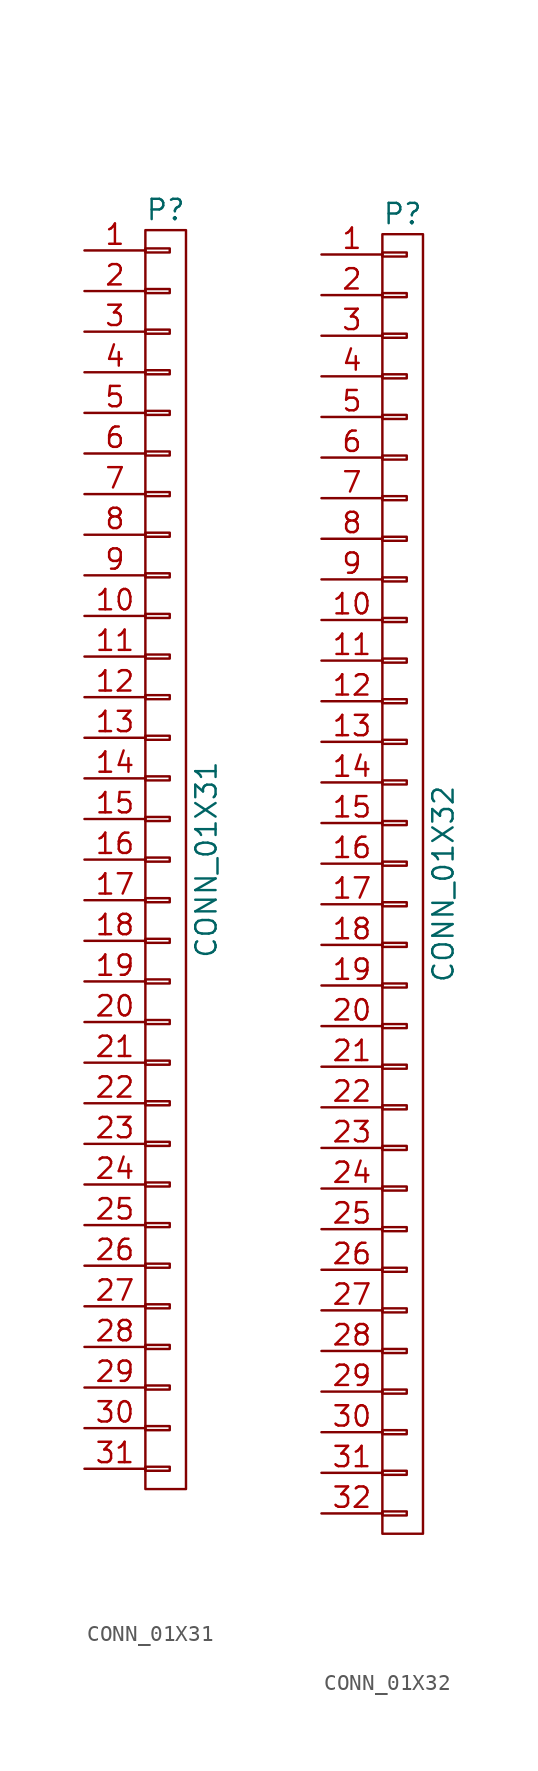
<source format=kicad_sym>
(kicad_symbol_lib
  (version 20231120)
  (generator "kicad_symbol_editor")
  (generator_version "8.0")
  (symbol "CONN_01X31"
    (pin_names
      (offset 1.016) hide)
    (property "Reference" "P"
      (at 0 40.64 0)
      (effects (font (size 1.27 1.27))))
    (property "Value" "CONN_01X31"
      (at 2.54 0 90)
      (effects (font (size 1.27 1.27))))
    (property "Footprint" ""
      (at 0 0 0)
      (effects (font (size 1.27 1.27))))
    (property "Datasheet" ""
      (at 0 0 0)
      (effects (font (size 1.27 1.27))))
    (symbol "CONN_01X31_0_1"
      (rectangle (start -1.27 -39.37) (end 1.27 39.37) (stroke (width 0) (type solid)) (fill (type none)))
      (rectangle (start -1.27 -37.973) (end 0.254 -38.227) (stroke (width 0) (type solid)) (fill (type none)))
      (rectangle (start -1.27 -35.433) (end 0.254 -35.687) (stroke (width 0) (type solid)) (fill (type none)))
      (rectangle (start -1.27 -32.893) (end 0.254 -33.147) (stroke (width 0) (type solid)) (fill (type none)))
      (rectangle (start -1.27 -30.353) (end 0.254 -30.607) (stroke (width 0) (type solid)) (fill (type none)))
      (rectangle (start -1.27 -27.813) (end 0.254 -28.067) (stroke (width 0) (type solid)) (fill (type none)))
      (rectangle (start -1.27 -25.273) (end 0.254 -25.527) (stroke (width 0) (type solid)) (fill (type none)))
      (rectangle (start -1.27 -22.733) (end 0.254 -22.987) (stroke (width 0) (type solid)) (fill (type none)))
      (rectangle (start -1.27 -20.193) (end 0.254 -20.447) (stroke (width 0) (type solid)) (fill (type none)))
      (rectangle (start -1.27 -17.653) (end 0.254 -17.907) (stroke (width 0) (type solid)) (fill (type none)))
      (rectangle (start -1.27 -15.113) (end 0.254 -15.367) (stroke (width 0) (type solid)) (fill (type none)))
      (rectangle (start -1.27 -12.573) (end 0.254 -12.827) (stroke (width 0) (type solid)) (fill (type none)))
      (rectangle (start -1.27 -10.033) (end 0.254 -10.287) (stroke (width 0) (type solid)) (fill (type none)))
      (rectangle (start -1.27 -7.493) (end 0.254 -7.747) (stroke (width 0) (type solid)) (fill (type none)))
      (rectangle (start -1.27 -4.953) (end 0.254 -5.207) (stroke (width 0) (type solid)) (fill (type none)))
      (rectangle (start -1.27 -2.413) (end 0.254 -2.667) (stroke (width 0) (type solid)) (fill (type none)))
      (rectangle (start -1.27 0.127) (end 0.254 -0.127) (stroke (width 0) (type solid)) (fill (type none)))
      (rectangle (start -1.27 2.667) (end 0.254 2.413) (stroke (width 0) (type solid)) (fill (type none)))
      (rectangle (start -1.27 5.207) (end 0.254 4.953) (stroke (width 0) (type solid)) (fill (type none)))
      (rectangle (start -1.27 7.747) (end 0.254 7.493) (stroke (width 0) (type solid)) (fill (type none)))
      (rectangle (start -1.27 10.287) (end 0.254 10.033) (stroke (width 0) (type solid)) (fill (type none)))
      (rectangle (start -1.27 12.827) (end 0.254 12.573) (stroke (width 0) (type solid)) (fill (type none)))
      (rectangle (start -1.27 15.367) (end 0.254 15.113) (stroke (width 0) (type solid)) (fill (type none)))
      (rectangle (start -1.27 17.907) (end 0.254 17.653) (stroke (width 0) (type solid)) (fill (type none)))
      (rectangle (start -1.27 20.447) (end 0.254 20.193) (stroke (width 0) (type solid)) (fill (type none)))
      (rectangle (start -1.27 22.987) (end 0.254 22.733) (stroke (width 0) (type solid)) (fill (type none)))
      (rectangle (start -1.27 25.527) (end 0.254 25.273) (stroke (width 0) (type solid)) (fill (type none)))
      (rectangle (start -1.27 28.067) (end 0.254 27.813) (stroke (width 0) (type solid)) (fill (type none)))
      (rectangle (start -1.27 30.607) (end 0.254 30.353) (stroke (width 0) (type solid)) (fill (type none)))
      (rectangle (start -1.27 33.147) (end 0.254 32.893) (stroke (width 0) (type solid)) (fill (type none)))
      (rectangle (start -1.27 35.687) (end 0.254 35.433) (stroke (width 0) (type solid)) (fill (type none)))
      (rectangle (start -1.27 38.227) (end 0.254 37.973) (stroke (width 0) (type solid)) (fill (type none))))
    (symbol "CONN_01X31_1_1"
      (pin passive line (at -5.08 38.1 0) (length 3.81) (name "P1" (effects (font (size 1.27 1.27)))) (number "1" (effects (font (size 1.27 1.27)))))
      (pin passive line (at -5.08 15.24 0) (length 3.81) (name "P10" (effects (font (size 1.27 1.27)))) (number "10" (effects (font (size 1.27 1.27)))))
      (pin passive line (at -5.08 12.7 0) (length 3.81) (name "P11" (effects (font (size 1.27 1.27)))) (number "11" (effects (font (size 1.27 1.27)))))
      (pin passive line (at -5.08 10.16 0) (length 3.81) (name "P12" (effects (font (size 1.27 1.27)))) (number "12" (effects (font (size 1.27 1.27)))))
      (pin passive line (at -5.08 7.62 0) (length 3.81) (name "P13" (effects (font (size 1.27 1.27)))) (number "13" (effects (font (size 1.27 1.27)))))
      (pin passive line (at -5.08 5.08 0) (length 3.81) (name "P14" (effects (font (size 1.27 1.27)))) (number "14" (effects (font (size 1.27 1.27)))))
      (pin passive line (at -5.08 2.54 0) (length 3.81) (name "P15" (effects (font (size 1.27 1.27)))) (number "15" (effects (font (size 1.27 1.27)))))
      (pin passive line (at -5.08 0 0) (length 3.81) (name "P16" (effects (font (size 1.27 1.27)))) (number "16" (effects (font (size 1.27 1.27)))))
      (pin passive line (at -5.08 -2.54 0) (length 3.81) (name "P17" (effects (font (size 1.27 1.27)))) (number "17" (effects (font (size 1.27 1.27)))))
      (pin passive line (at -5.08 -5.08 0) (length 3.81) (name "P18" (effects (font (size 1.27 1.27)))) (number "18" (effects (font (size 1.27 1.27)))))
      (pin passive line (at -5.08 -7.62 0) (length 3.81) (name "P19" (effects (font (size 1.27 1.27)))) (number "19" (effects (font (size 1.27 1.27)))))
      (pin passive line (at -5.08 35.56 0) (length 3.81) (name "P2" (effects (font (size 1.27 1.27)))) (number "2" (effects (font (size 1.27 1.27)))))
      (pin passive line (at -5.08 -10.16 0) (length 3.81) (name "P20" (effects (font (size 1.27 1.27)))) (number "20" (effects (font (size 1.27 1.27)))))
      (pin passive line (at -5.08 -12.7 0) (length 3.81) (name "P21" (effects (font (size 1.27 1.27)))) (number "21" (effects (font (size 1.27 1.27)))))
      (pin passive line (at -5.08 -15.24 0) (length 3.81) (name "P22" (effects (font (size 1.27 1.27)))) (number "22" (effects (font (size 1.27 1.27)))))
      (pin passive line (at -5.08 -17.78 0) (length 3.81) (name "P23" (effects (font (size 1.27 1.27)))) (number "23" (effects (font (size 1.27 1.27)))))
      (pin passive line (at -5.08 -20.32 0) (length 3.81) (name "P24" (effects (font (size 1.27 1.27)))) (number "24" (effects (font (size 1.27 1.27)))))
      (pin passive line (at -5.08 -22.86 0) (length 3.81) (name "P25" (effects (font (size 1.27 1.27)))) (number "25" (effects (font (size 1.27 1.27)))))
      (pin passive line (at -5.08 -25.4 0) (length 3.81) (name "P26" (effects (font (size 1.27 1.27)))) (number "26" (effects (font (size 1.27 1.27)))))
      (pin passive line (at -5.08 -27.94 0) (length 3.81) (name "P27" (effects (font (size 1.27 1.27)))) (number "27" (effects (font (size 1.27 1.27)))))
      (pin passive line (at -5.08 -30.48 0) (length 3.81) (name "P28" (effects (font (size 1.27 1.27)))) (number "28" (effects (font (size 1.27 1.27)))))
      (pin passive line (at -5.08 -33.02 0) (length 3.81) (name "P29" (effects (font (size 1.27 1.27)))) (number "29" (effects (font (size 1.27 1.27)))))
      (pin passive line (at -5.08 33.02 0) (length 3.81) (name "P3" (effects (font (size 1.27 1.27)))) (number "3" (effects (font (size 1.27 1.27)))))
      (pin passive line (at -5.08 -35.56 0) (length 3.81) (name "P30" (effects (font (size 1.27 1.27)))) (number "30" (effects (font (size 1.27 1.27)))))
      (pin passive line (at -5.08 -38.1 0) (length 3.81) (name "P31" (effects (font (size 1.27 1.27)))) (number "31" (effects (font (size 1.27 1.27)))))
      (pin passive line (at -5.08 30.48 0) (length 3.81) (name "P4" (effects (font (size 1.27 1.27)))) (number "4" (effects (font (size 1.27 1.27)))))
      (pin passive line (at -5.08 27.94 0) (length 3.81) (name "P5" (effects (font (size 1.27 1.27)))) (number "5" (effects (font (size 1.27 1.27)))))
      (pin passive line (at -5.08 25.4 0) (length 3.81) (name "P6" (effects (font (size 1.27 1.27)))) (number "6" (effects (font (size 1.27 1.27)))))
      (pin passive line (at -5.08 22.86 0) (length 3.81) (name "P7" (effects (font (size 1.27 1.27)))) (number "7" (effects (font (size 1.27 1.27)))))
      (pin passive line (at -5.08 20.32 0) (length 3.81) (name "P8" (effects (font (size 1.27 1.27)))) (number "8" (effects (font (size 1.27 1.27)))))
      (pin passive line (at -5.08 17.78 0) (length 3.81) (name "P9" (effects (font (size 1.27 1.27)))) (number "9" (effects (font (size 1.27 1.27)))))))
  (symbol "CONN_01X32"
    (pin_names
      (offset 1.016) hide)
    (property "Reference" "P"
      (at 0 41.91 0)
      (effects (font (size 1.27 1.27))))
    (property "Value" "CONN_01X32"
      (at 2.54 0 90)
      (effects (font (size 1.27 1.27))))
    (property "Footprint" ""
      (at 0 0 0)
      (effects (font (size 1.27 1.27))))
    (property "Datasheet" ""
      (at 0 0 0)
      (effects (font (size 1.27 1.27))))
    (symbol "CONN_01X32_0_1"
      (rectangle (start -1.27 -40.64) (end 1.27 40.64) (stroke (width 0) (type solid)) (fill (type none)))
      (rectangle (start -1.27 -39.243) (end 0.254 -39.497) (stroke (width 0) (type solid)) (fill (type none)))
      (rectangle (start -1.27 -36.703) (end 0.254 -36.957) (stroke (width 0) (type solid)) (fill (type none)))
      (rectangle (start -1.27 -34.163) (end 0.254 -34.417) (stroke (width 0) (type solid)) (fill (type none)))
      (rectangle (start -1.27 -31.623) (end 0.254 -31.877) (stroke (width 0) (type solid)) (fill (type none)))
      (rectangle (start -1.27 -29.083) (end 0.254 -29.337) (stroke (width 0) (type solid)) (fill (type none)))
      (rectangle (start -1.27 -26.543) (end 0.254 -26.797) (stroke (width 0) (type solid)) (fill (type none)))
      (rectangle (start -1.27 -24.003) (end 0.254 -24.257) (stroke (width 0) (type solid)) (fill (type none)))
      (rectangle (start -1.27 -21.463) (end 0.254 -21.717) (stroke (width 0) (type solid)) (fill (type none)))
      (rectangle (start -1.27 -18.923) (end 0.254 -19.177) (stroke (width 0) (type solid)) (fill (type none)))
      (rectangle (start -1.27 -16.383) (end 0.254 -16.637) (stroke (width 0) (type solid)) (fill (type none)))
      (rectangle (start -1.27 -13.843) (end 0.254 -14.097) (stroke (width 0) (type solid)) (fill (type none)))
      (rectangle (start -1.27 -11.303) (end 0.254 -11.557) (stroke (width 0) (type solid)) (fill (type none)))
      (rectangle (start -1.27 -8.763) (end 0.254 -9.017) (stroke (width 0) (type solid)) (fill (type none)))
      (rectangle (start -1.27 -6.223) (end 0.254 -6.477) (stroke (width 0) (type solid)) (fill (type none)))
      (rectangle (start -1.27 -3.683) (end 0.254 -3.937) (stroke (width 0) (type solid)) (fill (type none)))
      (rectangle (start -1.27 -1.143) (end 0.254 -1.397) (stroke (width 0) (type solid)) (fill (type none)))
      (rectangle (start -1.27 1.397) (end 0.254 1.143) (stroke (width 0) (type solid)) (fill (type none)))
      (rectangle (start -1.27 3.937) (end 0.254 3.683) (stroke (width 0) (type solid)) (fill (type none)))
      (rectangle (start -1.27 6.477) (end 0.254 6.223) (stroke (width 0) (type solid)) (fill (type none)))
      (rectangle (start -1.27 9.017) (end 0.254 8.763) (stroke (width 0) (type solid)) (fill (type none)))
      (rectangle (start -1.27 11.557) (end 0.254 11.303) (stroke (width 0) (type solid)) (fill (type none)))
      (rectangle (start -1.27 14.097) (end 0.254 13.843) (stroke (width 0) (type solid)) (fill (type none)))
      (rectangle (start -1.27 16.637) (end 0.254 16.383) (stroke (width 0) (type solid)) (fill (type none)))
      (rectangle (start -1.27 19.177) (end 0.254 18.923) (stroke (width 0) (type solid)) (fill (type none)))
      (rectangle (start -1.27 21.717) (end 0.254 21.463) (stroke (width 0) (type solid)) (fill (type none)))
      (rectangle (start -1.27 24.257) (end 0.254 24.003) (stroke (width 0) (type solid)) (fill (type none)))
      (rectangle (start -1.27 26.797) (end 0.254 26.543) (stroke (width 0) (type solid)) (fill (type none)))
      (rectangle (start -1.27 29.337) (end 0.254 29.083) (stroke (width 0) (type solid)) (fill (type none)))
      (rectangle (start -1.27 31.877) (end 0.254 31.623) (stroke (width 0) (type solid)) (fill (type none)))
      (rectangle (start -1.27 34.417) (end 0.254 34.163) (stroke (width 0) (type solid)) (fill (type none)))
      (rectangle (start -1.27 36.957) (end 0.254 36.703) (stroke (width 0) (type solid)) (fill (type none)))
      (rectangle (start -1.27 39.497) (end 0.254 39.243) (stroke (width 0) (type solid)) (fill (type none))))
    (symbol "CONN_01X32_1_1"
      (pin passive line (at -5.08 39.37 0) (length 3.81) (name "P1" (effects (font (size 1.27 1.27)))) (number "1" (effects (font (size 1.27 1.27)))))
      (pin passive line (at -5.08 16.51 0) (length 3.81) (name "P10" (effects (font (size 1.27 1.27)))) (number "10" (effects (font (size 1.27 1.27)))))
      (pin passive line (at -5.08 13.97 0) (length 3.81) (name "P11" (effects (font (size 1.27 1.27)))) (number "11" (effects (font (size 1.27 1.27)))))
      (pin passive line (at -5.08 11.43 0) (length 3.81) (name "P12" (effects (font (size 1.27 1.27)))) (number "12" (effects (font (size 1.27 1.27)))))
      (pin passive line (at -5.08 8.89 0) (length 3.81) (name "P13" (effects (font (size 1.27 1.27)))) (number "13" (effects (font (size 1.27 1.27)))))
      (pin passive line (at -5.08 6.35 0) (length 3.81) (name "P14" (effects (font (size 1.27 1.27)))) (number "14" (effects (font (size 1.27 1.27)))))
      (pin passive line (at -5.08 3.81 0) (length 3.81) (name "P15" (effects (font (size 1.27 1.27)))) (number "15" (effects (font (size 1.27 1.27)))))
      (pin passive line (at -5.08 1.27 0) (length 3.81) (name "P16" (effects (font (size 1.27 1.27)))) (number "16" (effects (font (size 1.27 1.27)))))
      (pin passive line (at -5.08 -1.27 0) (length 3.81) (name "P17" (effects (font (size 1.27 1.27)))) (number "17" (effects (font (size 1.27 1.27)))))
      (pin passive line (at -5.08 -3.81 0) (length 3.81) (name "P18" (effects (font (size 1.27 1.27)))) (number "18" (effects (font (size 1.27 1.27)))))
      (pin passive line (at -5.08 -6.35 0) (length 3.81) (name "P19" (effects (font (size 1.27 1.27)))) (number "19" (effects (font (size 1.27 1.27)))))
      (pin passive line (at -5.08 36.83 0) (length 3.81) (name "P2" (effects (font (size 1.27 1.27)))) (number "2" (effects (font (size 1.27 1.27)))))
      (pin passive line (at -5.08 -8.89 0) (length 3.81) (name "P20" (effects (font (size 1.27 1.27)))) (number "20" (effects (font (size 1.27 1.27)))))
      (pin passive line (at -5.08 -11.43 0) (length 3.81) (name "P21" (effects (font (size 1.27 1.27)))) (number "21" (effects (font (size 1.27 1.27)))))
      (pin passive line (at -5.08 -13.97 0) (length 3.81) (name "P22" (effects (font (size 1.27 1.27)))) (number "22" (effects (font (size 1.27 1.27)))))
      (pin passive line (at -5.08 -16.51 0) (length 3.81) (name "P23" (effects (font (size 1.27 1.27)))) (number "23" (effects (font (size 1.27 1.27)))))
      (pin passive line (at -5.08 -19.05 0) (length 3.81) (name "P24" (effects (font (size 1.27 1.27)))) (number "24" (effects (font (size 1.27 1.27)))))
      (pin passive line (at -5.08 -21.59 0) (length 3.81) (name "P25" (effects (font (size 1.27 1.27)))) (number "25" (effects (font (size 1.27 1.27)))))
      (pin passive line (at -5.08 -24.13 0) (length 3.81) (name "P26" (effects (font (size 1.27 1.27)))) (number "26" (effects (font (size 1.27 1.27)))))
      (pin passive line (at -5.08 -26.67 0) (length 3.81) (name "P27" (effects (font (size 1.27 1.27)))) (number "27" (effects (font (size 1.27 1.27)))))
      (pin passive line (at -5.08 -29.21 0) (length 3.81) (name "P28" (effects (font (size 1.27 1.27)))) (number "28" (effects (font (size 1.27 1.27)))))
      (pin passive line (at -5.08 -31.75 0) (length 3.81) (name "P29" (effects (font (size 1.27 1.27)))) (number "29" (effects (font (size 1.27 1.27)))))
      (pin passive line (at -5.08 34.29 0) (length 3.81) (name "P3" (effects (font (size 1.27 1.27)))) (number "3" (effects (font (size 1.27 1.27)))))
      (pin passive line (at -5.08 -34.29 0) (length 3.81) (name "P30" (effects (font (size 1.27 1.27)))) (number "30" (effects (font (size 1.27 1.27)))))
      (pin passive line (at -5.08 -36.83 0) (length 3.81) (name "P31" (effects (font (size 1.27 1.27)))) (number "31" (effects (font (size 1.27 1.27)))))
      (pin passive line (at -5.08 -39.37 0) (length 3.81) (name "P32" (effects (font (size 1.27 1.27)))) (number "32" (effects (font (size 1.27 1.27)))))
      (pin passive line (at -5.08 31.75 0) (length 3.81) (name "P4" (effects (font (size 1.27 1.27)))) (number "4" (effects (font (size 1.27 1.27)))))
      (pin passive line (at -5.08 29.21 0) (length 3.81) (name "P5" (effects (font (size 1.27 1.27)))) (number "5" (effects (font (size 1.27 1.27)))))
      (pin passive line (at -5.08 26.67 0) (length 3.81) (name "P6" (effects (font (size 1.27 1.27)))) (number "6" (effects (font (size 1.27 1.27)))))
      (pin passive line (at -5.08 24.13 0) (length 3.81) (name "P7" (effects (font (size 1.27 1.27)))) (number "7" (effects (font (size 1.27 1.27)))))
      (pin passive line (at -5.08 21.59 0) (length 3.81) (name "P8" (effects (font (size 1.27 1.27)))) (number "8" (effects (font (size 1.27 1.27)))))
      (pin passive line (at -5.08 19.05 0) (length 3.81) (name "P9" (effects (font (size 1.27 1.27)))) (number "9" (effects (font (size 1.27 1.27))))))))
</source>
